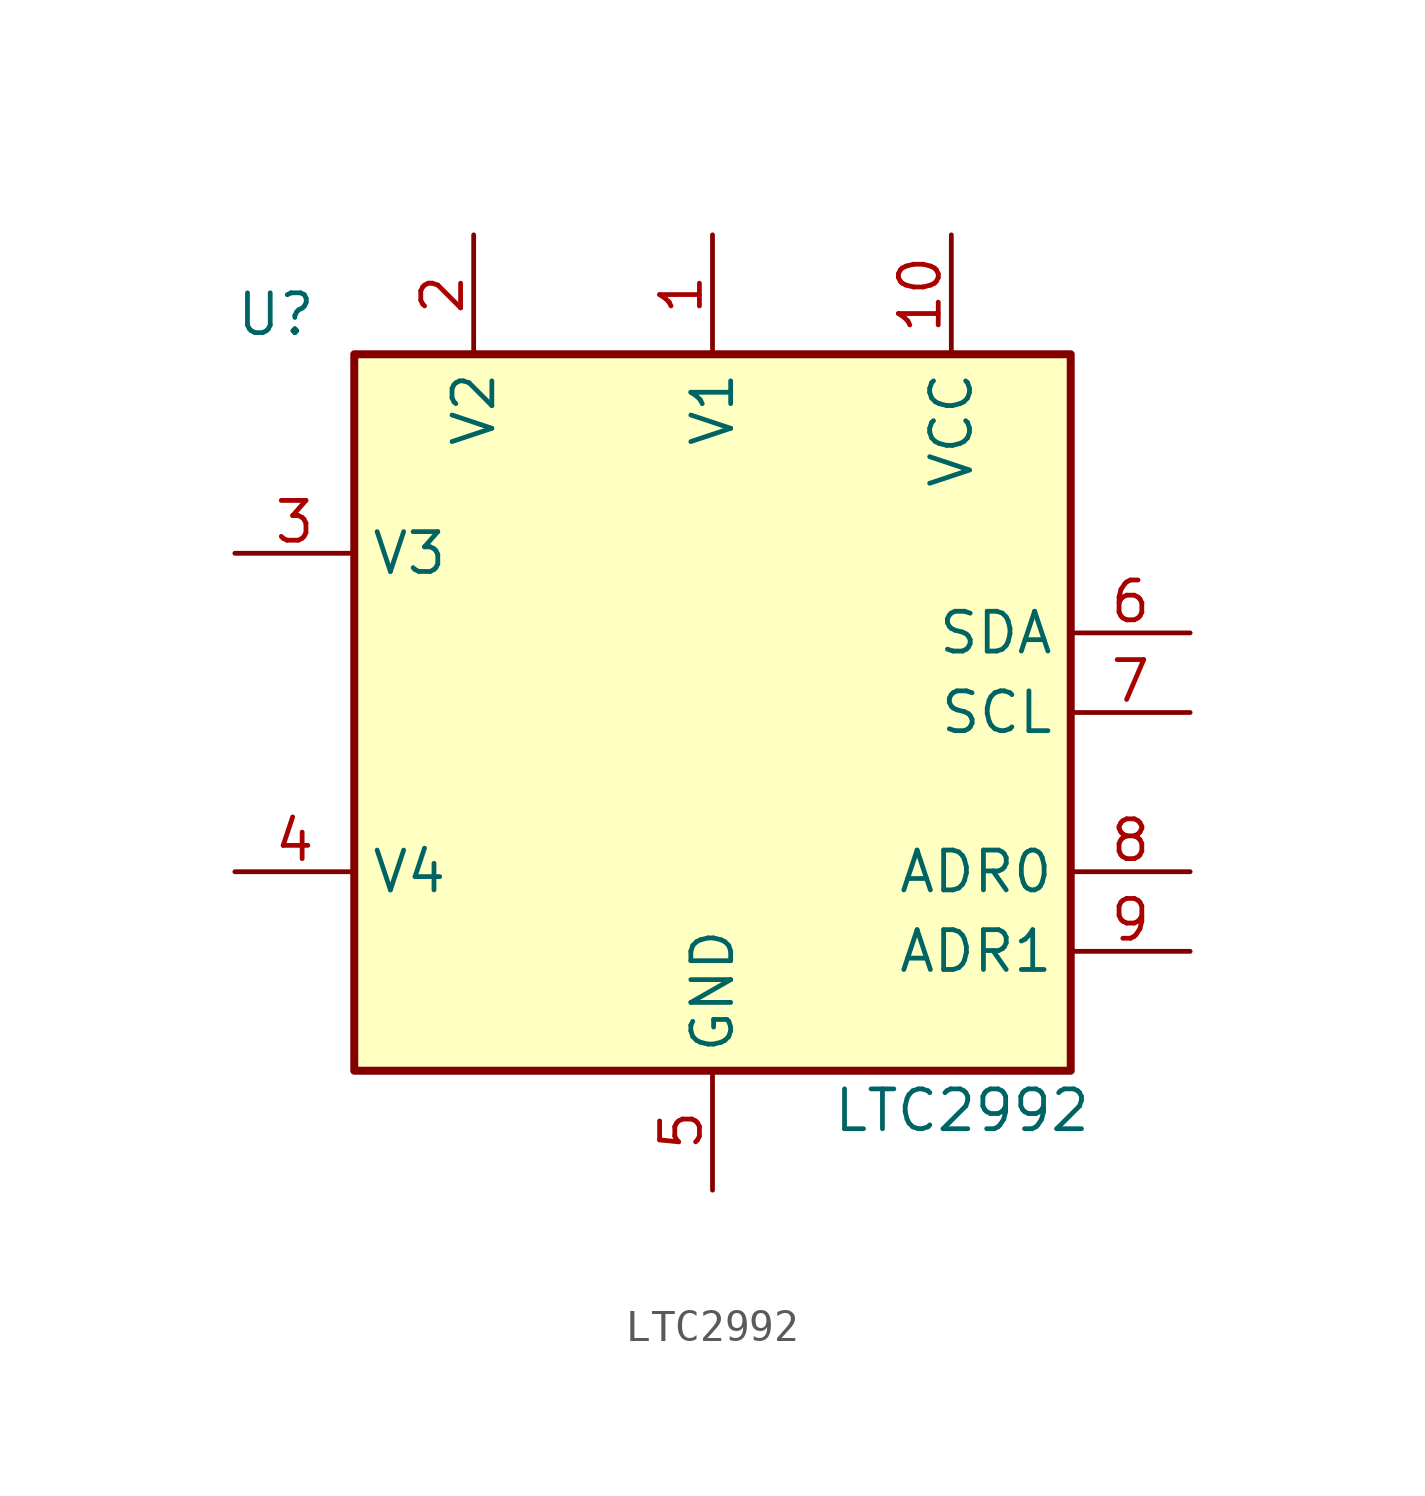
<source format=kicad_sym>
(kicad_symbol_lib
  (version 20201005)
  (generator kicad_symbol_editor)
  (symbol "ltc2990:LTC2992"
    (property "Reference" "U"
      (at -15.24 12.7 0)
      (effects (font (size 1.27 1.27)) (justify left)))
    (property "Value" "LTC2992"
      (at 3.81 -12.7 0)
      (effects (font (size 1.27 1.27)) (justify left)))
    (symbol "LTC2992_0_1"
      (rectangle (start -11.43 11.43) (end 11.43 -11.43) (stroke (width 0.254)) (fill (type background))))
    (symbol "LTC2992_1_1"
      (pin passive line (at 0 15.24 270) (length 3.81) (name "V1" (effects (font (size 1.27 1.27)))) (number "1" (effects (font (size 1.27 1.27)))))
      (pin power_in line (at 7.62 15.24 270) (length 3.81) (name "VCC" (effects (font (size 1.27 1.27)))) (number "10" (effects (font (size 1.27 1.27)))))
      (pin passive line (at -7.62 15.24 270) (length 3.81) (name "V2" (effects (font (size 1.27 1.27)))) (number "2" (effects (font (size 1.27 1.27)))))
      (pin passive line (at -15.24 5.08 0) (length 3.81) (name "V3" (effects (font (size 1.27 1.27)))) (number "3" (effects (font (size 1.27 1.27)))))
      (pin passive line (at -15.24 -5.08 0) (length 3.81) (name "V4" (effects (font (size 1.27 1.27)))) (number "4" (effects (font (size 1.27 1.27)))))
      (pin power_in line (at 0 -15.24 90) (length 3.81) (name "GND" (effects (font (size 1.27 1.27)))) (number "5" (effects (font (size 1.27 1.27)))))
      (pin bidirectional line (at 15.24 2.54 180) (length 3.81) (name "SDA" (effects (font (size 1.27 1.27)))) (number "6" (effects (font (size 1.27 1.27)))))
      (pin input line (at 15.24 0 180) (length 3.81) (name "SCL" (effects (font (size 1.27 1.27)))) (number "7" (effects (font (size 1.27 1.27)))))
      (pin input line (at 15.24 -5.08 180) (length 3.81) (name "ADR0" (effects (font (size 1.27 1.27)))) (number "8" (effects (font (size 1.27 1.27)))))
      (pin input line (at 15.24 -7.62 180) (length 3.81) (name "ADR1" (effects (font (size 1.27 1.27)))) (number "9" (effects (font (size 1.27 1.27))))))))
</source>
